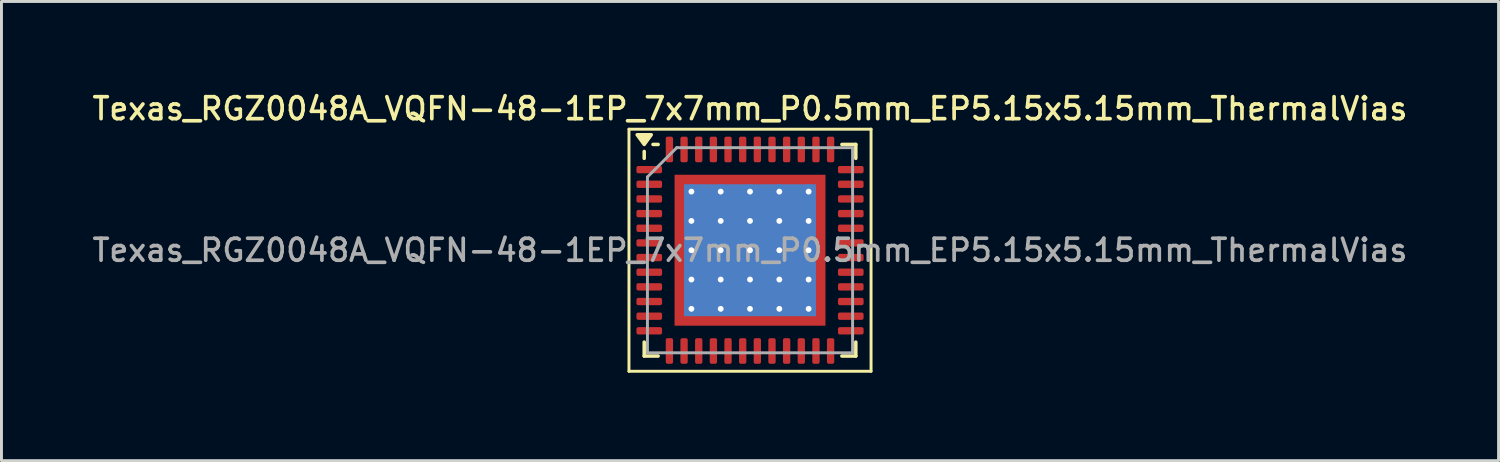
<source format=kicad_pcb>
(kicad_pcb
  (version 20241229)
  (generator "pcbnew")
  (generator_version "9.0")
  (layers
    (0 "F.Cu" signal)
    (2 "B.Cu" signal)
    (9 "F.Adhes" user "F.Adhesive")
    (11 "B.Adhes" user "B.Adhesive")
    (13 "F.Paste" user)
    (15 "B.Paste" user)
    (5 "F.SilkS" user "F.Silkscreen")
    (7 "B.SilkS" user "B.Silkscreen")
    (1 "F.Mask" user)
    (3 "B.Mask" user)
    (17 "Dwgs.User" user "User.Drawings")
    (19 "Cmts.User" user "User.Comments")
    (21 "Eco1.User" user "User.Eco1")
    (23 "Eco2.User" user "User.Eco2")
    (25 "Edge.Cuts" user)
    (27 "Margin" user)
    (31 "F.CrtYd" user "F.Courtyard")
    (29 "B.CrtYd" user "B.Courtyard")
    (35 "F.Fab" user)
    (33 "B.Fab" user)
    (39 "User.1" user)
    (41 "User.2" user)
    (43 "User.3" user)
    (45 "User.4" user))
  (footprint "Texas_RGZ0048A_VQFN-48-1EP_7x7mm_P0.5mm_EP5.15x5.15mm_ThermalVias"
    (layer "F.Cu")
    (at 22.541 5.488)
    (property "Reference" "Texas_RGZ0048A_VQFN-48-1EP_7x7mm_P0.5mm_EP5.15x5.15mm_ThermalVias" (at 0 -4.83 0) (layer "F.SilkS") (effects (font (size 0.75 0.75) (thickness 0.125))))
    (attr smd)
    (fp_line (start -4.13 -4.13) (end -4.13 4.13) (stroke (width 0.1) (type solid)) (layer "F.SilkS"))
    (fp_line (start -4.13 4.13) (end 4.13 4.13) (stroke (width 0.1) (type solid)) (layer "F.SilkS"))
    (fp_line (start -3.61 -3.135) (end -3.61 -3.37) (stroke (width 0.12) (type solid)) (layer "F.SilkS"))
    (fp_line (start -3.61 3.61) (end -3.61 3.135) (stroke (width 0.12) (type solid)) (layer "F.SilkS"))
    (fp_line (start -3.135 -3.61) (end -3.31 -3.61) (stroke (width 0.12) (type solid)) (layer "F.SilkS"))
    (fp_line (start -3.135 3.61) (end -3.61 3.61) (stroke (width 0.12) (type solid)) (layer "F.SilkS"))
    (fp_line (start 3.135 -3.61) (end 3.61 -3.61) (stroke (width 0.12) (type solid)) (layer "F.SilkS"))
    (fp_line (start 3.135 3.61) (end 3.61 3.61) (stroke (width 0.12) (type solid)) (layer "F.SilkS"))
    (fp_line (start 3.61 -3.61) (end 3.61 -3.135) (stroke (width 0.12) (type solid)) (layer "F.SilkS"))
    (fp_line (start 3.61 3.61) (end 3.61 3.135) (stroke (width 0.12) (type solid)) (layer "F.SilkS"))
    (fp_line (start 4.13 -4.13) (end -4.13 -4.13) (stroke (width 0.1) (type solid)) (layer "F.SilkS"))
    (fp_line (start 4.13 4.13) (end 4.13 -4.13) (stroke (width 0.1) (type solid)) (layer "F.SilkS"))
    (fp_poly (pts (xy -3.61 -3.61) (xy -3.85 -3.94) (xy -3.37 -3.94) (xy -3.61 -3.61)) (stroke (width 0.12) (type solid)) (fill yes) (layer "F.SilkS"))
    (fp_line (start -3.5 -2.5) (end -2.5 -3.5) (stroke (width 0.1) (type solid)) (layer "F.Fab"))
    (fp_line (start -3.5 3.5) (end -3.5 -2.5) (stroke (width 0.1) (type solid)) (layer "F.Fab"))
    (fp_line (start -2.5 -3.5) (end 3.5 -3.5) (stroke (width 0.1) (type solid)) (layer "F.Fab"))
    (fp_line (start 3.5 -3.5) (end 3.5 3.5) (stroke (width 0.1) (type solid)) (layer "F.Fab"))
    (fp_line (start 3.5 3.5) (end -3.5 3.5) (stroke (width 0.1) (type solid)) (layer "F.Fab"))
    (fp_text user "${REFERENCE}" (at 0 0 0) (layer "F.Fab") (effects (font (size 0.75 0.75) (thickness 0.125))))
    (pad "" smd custom (at -2.288 -2.288) (size 0.342 0.342) (layers "F.Paste") (options (anchor circle)) (primitives (gr_poly (pts (xy -0.116 -0.116) (xy 0.116 -0.116) (xy 0.116 0.012) (xy 0.012 0.116) (xy -0.116 0.116)) (width 0.232) (fill yes))))
    (pad "" smd custom (at -2.288 -1.5) (size 0.371 0.371) (layers "F.Paste") (options (anchor circle)) (primitives (gr_poly (pts (xy -0.14 -0.311) (xy 0.063 -0.311) (xy 0.14 -0.235) (xy 0.14 0.235) (xy 0.063 0.311) (xy -0.14 0.311)) (width 0.184) (fill yes))))
    (pad "" smd custom (at -2.288 -0.5) (size 0.371 0.371) (layers "F.Paste") (options (anchor circle)) (primitives (gr_poly (pts (xy -0.14 -0.311) (xy 0.063 -0.311) (xy 0.14 -0.235) (xy 0.14 0.235) (xy 0.063 0.311) (xy -0.14 0.311)) (width 0.184) (fill yes))))
    (pad "" smd custom (at -2.288 0.5) (size 0.371 0.371) (layers "F.Paste") (options (anchor circle)) (primitives (gr_poly (pts (xy -0.14 -0.311) (xy 0.063 -0.311) (xy 0.14 -0.235) (xy 0.14 0.235) (xy 0.063 0.311) (xy -0.14 0.311)) (width 0.184) (fill yes))))
    (pad "" smd custom (at -2.288 1.5) (size 0.371 0.371) (layers "F.Paste") (options (anchor circle)) (primitives (gr_poly (pts (xy -0.14 -0.311) (xy 0.063 -0.311) (xy 0.14 -0.235) (xy 0.14 0.235) (xy 0.063 0.311) (xy -0.14 0.311)) (width 0.184) (fill yes))))
    (pad "" smd custom (at -2.288 2.288) (size 0.342 0.342) (layers "F.Paste") (options (anchor circle)) (primitives (gr_poly (pts (xy -0.116 -0.116) (xy 0.012 -0.116) (xy 0.116 -0.012) (xy 0.116 0.116) (xy -0.116 0.116)) (width 0.232) (fill yes))))
    (pad "" smd custom (at -1.5 -2.288) (size 0.371 0.371) (layers "F.Paste") (options (anchor circle)) (primitives (gr_poly (pts (xy -0.311 -0.14) (xy 0.311 -0.14) (xy 0.311 0.063) (xy 0.235 0.14) (xy -0.235 0.14) (xy -0.311 0.063)) (width 0.184) (fill yes))))
    (pad "" smd roundrect (at -1.5 -1.5) (size 0.806 0.806) (layers "F.Paste") (roundrect_rratio 0.25))
    (pad "" smd roundrect (at -1.5 -0.5) (size 0.806 0.806) (layers "F.Paste") (roundrect_rratio 0.25))
    (pad "" smd roundrect (at -1.5 0.5) (size 0.806 0.806) (layers "F.Paste") (roundrect_rratio 0.25))
    (pad "" smd roundrect (at -1.5 1.5) (size 0.806 0.806) (layers "F.Paste") (roundrect_rratio 0.25))
    (pad "" smd custom (at -1.5 2.288) (size 0.371 0.371) (layers "F.Paste") (options (anchor circle)) (primitives (gr_poly (pts (xy -0.311 -0.063) (xy -0.235 -0.14) (xy 0.235 -0.14) (xy 0.311 -0.063) (xy 0.311 0.14) (xy -0.311 0.14)) (width 0.184) (fill yes))))
    (pad "" smd custom (at -0.5 -2.288) (size 0.371 0.371) (layers "F.Paste") (options (anchor circle)) (primitives (gr_poly (pts (xy -0.311 -0.14) (xy 0.311 -0.14) (xy 0.311 0.063) (xy 0.235 0.14) (xy -0.235 0.14) (xy -0.311 0.063)) (width 0.184) (fill yes))))
    (pad "" smd roundrect (at -0.5 -1.5) (size 0.806 0.806) (layers "F.Paste") (roundrect_rratio 0.25))
    (pad "" smd roundrect (at -0.5 -0.5) (size 0.806 0.806) (layers "F.Paste") (roundrect_rratio 0.25))
    (pad "" smd roundrect (at -0.5 0.5) (size 0.806 0.806) (layers "F.Paste") (roundrect_rratio 0.25))
    (pad "" smd roundrect (at -0.5 1.5) (size 0.806 0.806) (layers "F.Paste") (roundrect_rratio 0.25))
    (pad "" smd custom (at -0.5 2.288) (size 0.371 0.371) (layers "F.Paste") (options (anchor circle)) (primitives (gr_poly (pts (xy -0.311 -0.063) (xy -0.235 -0.14) (xy 0.235 -0.14) (xy 0.311 -0.063) (xy 0.311 0.14) (xy -0.311 0.14)) (width 0.184) (fill yes))))
    (pad "" smd custom (at 0.5 -2.288) (size 0.371 0.371) (layers "F.Paste") (options (anchor circle)) (primitives (gr_poly (pts (xy -0.311 -0.14) (xy 0.311 -0.14) (xy 0.311 0.063) (xy 0.235 0.14) (xy -0.235 0.14) (xy -0.311 0.063)) (width 0.184) (fill yes))))
    (pad "" smd roundrect (at 0.5 -1.5) (size 0.806 0.806) (layers "F.Paste") (roundrect_rratio 0.25))
    (pad "" smd roundrect (at 0.5 -0.5) (size 0.806 0.806) (layers "F.Paste") (roundrect_rratio 0.25))
    (pad "" smd roundrect (at 0.5 0.5) (size 0.806 0.806) (layers "F.Paste") (roundrect_rratio 0.25))
    (pad "" smd roundrect (at 0.5 1.5) (size 0.806 0.806) (layers "F.Paste") (roundrect_rratio 0.25))
    (pad "" smd custom (at 0.5 2.288) (size 0.371 0.371) (layers "F.Paste") (options (anchor circle)) (primitives (gr_poly (pts (xy -0.311 -0.063) (xy -0.235 -0.14) (xy 0.235 -0.14) (xy 0.311 -0.063) (xy 0.311 0.14) (xy -0.311 0.14)) (width 0.184) (fill yes))))
    (pad "" smd custom (at 1.5 -2.288) (size 0.371 0.371) (layers "F.Paste") (options (anchor circle)) (primitives (gr_poly (pts (xy -0.311 -0.14) (xy 0.311 -0.14) (xy 0.311 0.063) (xy 0.235 0.14) (xy -0.235 0.14) (xy -0.311 0.063)) (width 0.184) (fill yes))))
    (pad "" smd roundrect (at 1.5 -1.5) (size 0.806 0.806) (layers "F.Paste") (roundrect_rratio 0.25))
    (pad "" smd roundrect (at 1.5 -0.5) (size 0.806 0.806) (layers "F.Paste") (roundrect_rratio 0.25))
    (pad "" smd roundrect (at 1.5 0.5) (size 0.806 0.806) (layers "F.Paste") (roundrect_rratio 0.25))
    (pad "" smd roundrect (at 1.5 1.5) (size 0.806 0.806) (layers "F.Paste") (roundrect_rratio 0.25))
    (pad "" smd custom (at 1.5 2.288) (size 0.371 0.371) (layers "F.Paste") (options (anchor circle)) (primitives (gr_poly (pts (xy -0.311 -0.063) (xy -0.235 -0.14) (xy 0.235 -0.14) (xy 0.311 -0.063) (xy 0.311 0.14) (xy -0.311 0.14)) (width 0.184) (fill yes))))
    (pad "" smd custom (at 2.288 -2.288) (size 0.342 0.342) (layers "F.Paste") (options (anchor circle)) (primitives (gr_poly (pts (xy -0.116 -0.116) (xy 0.116 -0.116) (xy 0.116 0.116) (xy -0.012 0.116) (xy -0.116 0.012)) (width 0.232) (fill yes))))
    (pad "" smd custom (at 2.288 -1.5) (size 0.371 0.371) (layers "F.Paste") (options (anchor circle)) (primitives (gr_poly (pts (xy -0.14 -0.235) (xy -0.063 -0.311) (xy 0.14 -0.311) (xy 0.14 0.311) (xy -0.063 0.311) (xy -0.14 0.235)) (width 0.184) (fill yes))))
    (pad "" smd custom (at 2.288 -0.5) (size 0.371 0.371) (layers "F.Paste") (options (anchor circle)) (primitives (gr_poly (pts (xy -0.14 -0.235) (xy -0.063 -0.311) (xy 0.14 -0.311) (xy 0.14 0.311) (xy -0.063 0.311) (xy -0.14 0.235)) (width 0.184) (fill yes))))
    (pad "" smd custom (at 2.288 0.5) (size 0.371 0.371) (layers "F.Paste") (options (anchor circle)) (primitives (gr_poly (pts (xy -0.14 -0.235) (xy -0.063 -0.311) (xy 0.14 -0.311) (xy 0.14 0.311) (xy -0.063 0.311) (xy -0.14 0.235)) (width 0.184) (fill yes))))
    (pad "" smd custom (at 2.288 1.5) (size 0.371 0.371) (layers "F.Paste") (options (anchor circle)) (primitives (gr_poly (pts (xy -0.14 -0.235) (xy -0.063 -0.311) (xy 0.14 -0.311) (xy 0.14 0.311) (xy -0.063 0.311) (xy -0.14 0.235)) (width 0.184) (fill yes))))
    (pad "" smd custom (at 2.288 2.288) (size 0.342 0.342) (layers "F.Paste") (options (anchor circle)) (primitives (gr_poly (pts (xy -0.116 -0.012) (xy -0.012 -0.116) (xy 0.116 -0.116) (xy 0.116 0.116) (xy -0.116 0.116)) (width 0.232) (fill yes))))
    (pad "1" smd roundrect (at -3.438 -2.75) (size 0.875 0.25) (layers "F.Cu" "F.Mask" "F.Paste") (roundrect_rratio 0.25))
    (pad "2" smd roundrect (at -3.438 -2.25) (size 0.875 0.25) (layers "F.Cu" "F.Mask" "F.Paste") (roundrect_rratio 0.25))
    (pad "3" smd roundrect (at -3.438 -1.75) (size 0.875 0.25) (layers "F.Cu" "F.Mask" "F.Paste") (roundrect_rratio 0.25))
    (pad "4" smd roundrect (at -3.438 -1.25) (size 0.875 0.25) (layers "F.Cu" "F.Mask" "F.Paste") (roundrect_rratio 0.25))
    (pad "5" smd roundrect (at -3.438 -0.75) (size 0.875 0.25) (layers "F.Cu" "F.Mask" "F.Paste") (roundrect_rratio 0.25))
    (pad "6" smd roundrect (at -3.438 -0.25) (size 0.875 0.25) (layers "F.Cu" "F.Mask" "F.Paste") (roundrect_rratio 0.25))
    (pad "7" smd roundrect (at -3.438 0.25) (size 0.875 0.25) (layers "F.Cu" "F.Mask" "F.Paste") (roundrect_rratio 0.25))
    (pad "8" smd roundrect (at -3.438 0.75) (size 0.875 0.25) (layers "F.Cu" "F.Mask" "F.Paste") (roundrect_rratio 0.25))
    (pad "9" smd roundrect (at -3.438 1.25) (size 0.875 0.25) (layers "F.Cu" "F.Mask" "F.Paste") (roundrect_rratio 0.25))
    (pad "10" smd roundrect (at -3.438 1.75) (size 0.875 0.25) (layers "F.Cu" "F.Mask" "F.Paste") (roundrect_rratio 0.25))
    (pad "11" smd roundrect (at -3.438 2.25) (size 0.875 0.25) (layers "F.Cu" "F.Mask" "F.Paste") (roundrect_rratio 0.25))
    (pad "12" smd roundrect (at -3.438 2.75) (size 0.875 0.25) (layers "F.Cu" "F.Mask" "F.Paste") (roundrect_rratio 0.25))
    (pad "13" smd roundrect (at -2.75 3.438) (size 0.25 0.875) (layers "F.Cu" "F.Mask" "F.Paste") (roundrect_rratio 0.25))
    (pad "14" smd roundrect (at -2.25 3.438) (size 0.25 0.875) (layers "F.Cu" "F.Mask" "F.Paste") (roundrect_rratio 0.25))
    (pad "15" smd roundrect (at -1.75 3.438) (size 0.25 0.875) (layers "F.Cu" "F.Mask" "F.Paste") (roundrect_rratio 0.25))
    (pad "16" smd roundrect (at -1.25 3.438) (size 0.25 0.875) (layers "F.Cu" "F.Mask" "F.Paste") (roundrect_rratio 0.25))
    (pad "17" smd roundrect (at -0.75 3.438) (size 0.25 0.875) (layers "F.Cu" "F.Mask" "F.Paste") (roundrect_rratio 0.25))
    (pad "18" smd roundrect (at -0.25 3.438) (size 0.25 0.875) (layers "F.Cu" "F.Mask" "F.Paste") (roundrect_rratio 0.25))
    (pad "19" smd roundrect (at 0.25 3.438) (size 0.25 0.875) (layers "F.Cu" "F.Mask" "F.Paste") (roundrect_rratio 0.25))
    (pad "20" smd roundrect (at 0.75 3.438) (size 0.25 0.875) (layers "F.Cu" "F.Mask" "F.Paste") (roundrect_rratio 0.25))
    (pad "21" smd roundrect (at 1.25 3.438) (size 0.25 0.875) (layers "F.Cu" "F.Mask" "F.Paste") (roundrect_rratio 0.25))
    (pad "22" smd roundrect (at 1.75 3.438) (size 0.25 0.875) (layers "F.Cu" "F.Mask" "F.Paste") (roundrect_rratio 0.25))
    (pad "23" smd roundrect (at 2.25 3.438) (size 0.25 0.875) (layers "F.Cu" "F.Mask" "F.Paste") (roundrect_rratio 0.25))
    (pad "24" smd roundrect (at 2.75 3.438) (size 0.25 0.875) (layers "F.Cu" "F.Mask" "F.Paste") (roundrect_rratio 0.25))
    (pad "25" smd roundrect (at 3.438 2.75) (size 0.875 0.25) (layers "F.Cu" "F.Mask" "F.Paste") (roundrect_rratio 0.25))
    (pad "26" smd roundrect (at 3.438 2.25) (size 0.875 0.25) (layers "F.Cu" "F.Mask" "F.Paste") (roundrect_rratio 0.25))
    (pad "27" smd roundrect (at 3.438 1.75) (size 0.875 0.25) (layers "F.Cu" "F.Mask" "F.Paste") (roundrect_rratio 0.25))
    (pad "28" smd roundrect (at 3.438 1.25) (size 0.875 0.25) (layers "F.Cu" "F.Mask" "F.Paste") (roundrect_rratio 0.25))
    (pad "29" smd roundrect (at 3.438 0.75) (size 0.875 0.25) (layers "F.Cu" "F.Mask" "F.Paste") (roundrect_rratio 0.25))
    (pad "30" smd roundrect (at 3.438 0.25) (size 0.875 0.25) (layers "F.Cu" "F.Mask" "F.Paste") (roundrect_rratio 0.25))
    (pad "31" smd roundrect (at 3.438 -0.25) (size 0.875 0.25) (layers "F.Cu" "F.Mask" "F.Paste") (roundrect_rratio 0.25))
    (pad "32" smd roundrect (at 3.438 -0.75) (size 0.875 0.25) (layers "F.Cu" "F.Mask" "F.Paste") (roundrect_rratio 0.25))
    (pad "33" smd roundrect (at 3.438 -1.25) (size 0.875 0.25) (layers "F.Cu" "F.Mask" "F.Paste") (roundrect_rratio 0.25))
    (pad "34" smd roundrect (at 3.438 -1.75) (size 0.875 0.25) (layers "F.Cu" "F.Mask" "F.Paste") (roundrect_rratio 0.25))
    (pad "35" smd roundrect (at 3.438 -2.25) (size 0.875 0.25) (layers "F.Cu" "F.Mask" "F.Paste") (roundrect_rratio 0.25))
    (pad "36" smd roundrect (at 3.438 -2.75) (size 0.875 0.25) (layers "F.Cu" "F.Mask" "F.Paste") (roundrect_rratio 0.25))
    (pad "37" smd roundrect (at 2.75 -3.438) (size 0.25 0.875) (layers "F.Cu" "F.Mask" "F.Paste") (roundrect_rratio 0.25))
    (pad "38" smd roundrect (at 2.25 -3.438) (size 0.25 0.875) (layers "F.Cu" "F.Mask" "F.Paste") (roundrect_rratio 0.25))
    (pad "39" smd roundrect (at 1.75 -3.438) (size 0.25 0.875) (layers "F.Cu" "F.Mask" "F.Paste") (roundrect_rratio 0.25))
    (pad "40" smd roundrect (at 1.25 -3.438) (size 0.25 0.875) (layers "F.Cu" "F.Mask" "F.Paste") (roundrect_rratio 0.25))
    (pad "41" smd roundrect (at 0.75 -3.438) (size 0.25 0.875) (layers "F.Cu" "F.Mask" "F.Paste") (roundrect_rratio 0.25))
    (pad "42" smd roundrect (at 0.25 -3.438) (size 0.25 0.875) (layers "F.Cu" "F.Mask" "F.Paste") (roundrect_rratio 0.25))
    (pad "43" smd roundrect (at -0.25 -3.438) (size 0.25 0.875) (layers "F.Cu" "F.Mask" "F.Paste") (roundrect_rratio 0.25))
    (pad "44" smd roundrect (at -0.75 -3.438) (size 0.25 0.875) (layers "F.Cu" "F.Mask" "F.Paste") (roundrect_rratio 0.25))
    (pad "45" smd roundrect (at -1.25 -3.438) (size 0.25 0.875) (layers "F.Cu" "F.Mask" "F.Paste") (roundrect_rratio 0.25))
    (pad "46" smd roundrect (at -1.75 -3.438) (size 0.25 0.875) (layers "F.Cu" "F.Mask" "F.Paste") (roundrect_rratio 0.25))
    (pad "47" smd roundrect (at -2.25 -3.438) (size 0.25 0.875) (layers "F.Cu" "F.Mask" "F.Paste") (roundrect_rratio 0.25))
    (pad "48" smd roundrect (at -2.75 -3.438) (size 0.25 0.875) (layers "F.Cu" "F.Mask" "F.Paste") (roundrect_rratio 0.25))
    (pad "49" thru_hole circle (at -2 -2) (size 0.5 0.5) (drill 0.2) (property pad_prop_heatsink) (layers "*.Cu"))
    (pad "49" thru_hole circle (at -2 -1) (size 0.5 0.5) (drill 0.2) (property pad_prop_heatsink) (layers "*.Cu"))
    (pad "49" thru_hole circle (at -2 0) (size 0.5 0.5) (drill 0.2) (property pad_prop_heatsink) (layers "*.Cu"))
    (pad "49" thru_hole circle (at -2 1) (size 0.5 0.5) (drill 0.2) (property pad_prop_heatsink) (layers "*.Cu"))
    (pad "49" thru_hole circle (at -2 2) (size 0.5 0.5) (drill 0.2) (property pad_prop_heatsink) (layers "*.Cu"))
    (pad "49" thru_hole circle (at -1 -2) (size 0.5 0.5) (drill 0.2) (property pad_prop_heatsink) (layers "*.Cu"))
    (pad "49" thru_hole circle (at -1 -1) (size 0.5 0.5) (drill 0.2) (property pad_prop_heatsink) (layers "*.Cu"))
    (pad "49" thru_hole circle (at -1 0) (size 0.5 0.5) (drill 0.2) (property pad_prop_heatsink) (layers "*.Cu"))
    (pad "49" thru_hole circle (at -1 1) (size 0.5 0.5) (drill 0.2) (property pad_prop_heatsink) (layers "*.Cu"))
    (pad "49" thru_hole circle (at -1 2) (size 0.5 0.5) (drill 0.2) (property pad_prop_heatsink) (layers "*.Cu"))
    (pad "49" thru_hole circle (at 0 -2) (size 0.5 0.5) (drill 0.2) (property pad_prop_heatsink) (layers "*.Cu"))
    (pad "49" thru_hole circle (at 0 -1) (size 0.5 0.5) (drill 0.2) (property pad_prop_heatsink) (layers "*.Cu"))
    (pad "49" thru_hole circle (at 0 0) (size 0.5 0.5) (drill 0.2) (property pad_prop_heatsink) (layers "*.Cu"))
    (pad "49" smd rect (at 0 0) (size 4.5 4.5) (property pad_prop_heatsink) (layers "B.Cu"))
    (pad "49" smd rect (at 0 0) (size 5.15 5.15) (property pad_prop_heatsink) (layers "F.Cu" "F.Mask"))
    (pad "49" thru_hole circle (at 0 1) (size 0.5 0.5) (drill 0.2) (property pad_prop_heatsink) (layers "*.Cu"))
    (pad "49" thru_hole circle (at 0 2) (size 0.5 0.5) (drill 0.2) (property pad_prop_heatsink) (layers "*.Cu"))
    (pad "49" thru_hole circle (at 1 -2) (size 0.5 0.5) (drill 0.2) (property pad_prop_heatsink) (layers "*.Cu"))
    (pad "49" thru_hole circle (at 1 -1) (size 0.5 0.5) (drill 0.2) (property pad_prop_heatsink) (layers "*.Cu"))
    (pad "49" thru_hole circle (at 1 0) (size 0.5 0.5) (drill 0.2) (property pad_prop_heatsink) (layers "*.Cu"))
    (pad "49" thru_hole circle (at 1 1) (size 0.5 0.5) (drill 0.2) (property pad_prop_heatsink) (layers "*.Cu"))
    (pad "49" thru_hole circle (at 1 2) (size 0.5 0.5) (drill 0.2) (property pad_prop_heatsink) (layers "*.Cu"))
    (pad "49" thru_hole circle (at 2 -2) (size 0.5 0.5) (drill 0.2) (property pad_prop_heatsink) (layers "*.Cu"))
    (pad "49" thru_hole circle (at 2 -1) (size 0.5 0.5) (drill 0.2) (property pad_prop_heatsink) (layers "*.Cu"))
    (pad "49" thru_hole circle (at 2 0) (size 0.5 0.5) (drill 0.2) (property pad_prop_heatsink) (layers "*.Cu"))
    (pad "49" thru_hole circle (at 2 1) (size 0.5 0.5) (drill 0.2) (property pad_prop_heatsink) (layers "*.Cu"))
    (pad "49" thru_hole circle (at 2 2) (size 0.5 0.5) (drill 0.2) (property pad_prop_heatsink) (layers "*.Cu")))
  (gr_rect
    (start -3 -3)
    (end 48.082 12.668)
    (stroke (width 0.1) (type default))
    (fill no)
    (layer "Edge.Cuts")))
</source>
